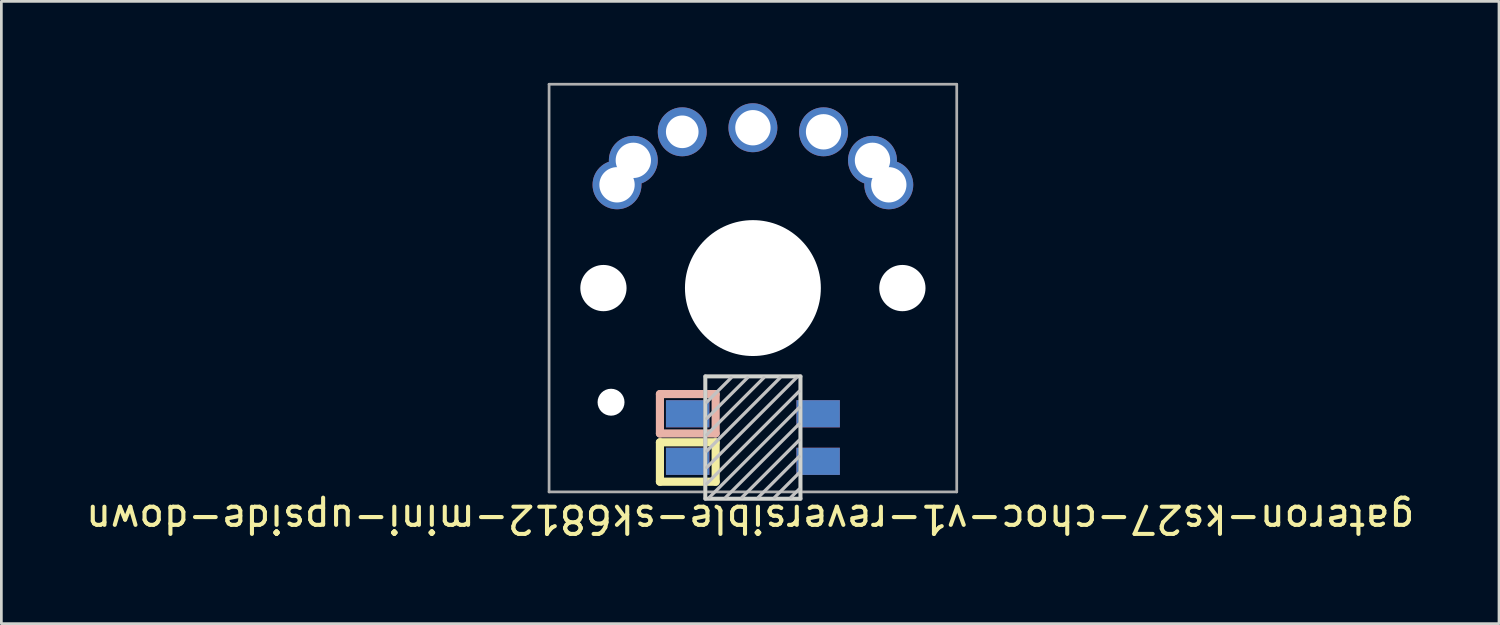
<source format=kicad_pcb>
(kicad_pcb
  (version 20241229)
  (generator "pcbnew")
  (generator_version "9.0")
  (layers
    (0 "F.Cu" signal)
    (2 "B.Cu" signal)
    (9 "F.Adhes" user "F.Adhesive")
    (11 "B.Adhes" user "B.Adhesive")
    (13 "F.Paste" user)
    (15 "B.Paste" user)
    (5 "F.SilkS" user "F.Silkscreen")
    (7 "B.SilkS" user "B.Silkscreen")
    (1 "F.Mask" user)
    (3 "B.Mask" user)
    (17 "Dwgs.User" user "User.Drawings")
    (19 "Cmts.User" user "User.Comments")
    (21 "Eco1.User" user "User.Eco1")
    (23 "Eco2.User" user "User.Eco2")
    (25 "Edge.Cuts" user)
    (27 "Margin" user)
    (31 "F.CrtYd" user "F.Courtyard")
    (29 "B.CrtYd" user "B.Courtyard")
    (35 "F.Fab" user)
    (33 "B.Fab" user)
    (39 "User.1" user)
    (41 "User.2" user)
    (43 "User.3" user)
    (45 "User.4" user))
  (footprint "gateron-ks27-choc-v1-reversible-sk6812-mini-upside-down"
    (layer "F.Cu")
    (at 24.654 7.55)
    (property "Reference" "gateron-ks27-choc-v1-reversible-sk6812-mini-upside-down" (at -0.1 8.5 180) (unlocked yes) (layer "F.SilkS") (effects (font (size 1 1) (thickness 0.15))))
    (attr through_hole)
    (fp_line (start -3.421 5.675) (end -1.371 5.675) (stroke (width 0.3) (type solid)) (layer "F.SilkS"))
    (fp_line (start -3.421 7.125) (end -3.421 5.675) (stroke (width 0.3) (type solid)) (layer "F.SilkS"))
    (fp_line (start -1.371 5.675) (end -1.371 7.125) (stroke (width 0.3) (type solid)) (layer "F.SilkS"))
    (fp_line (start -1.371 7.125) (end -3.421 7.125) (stroke (width 0.3) (type solid)) (layer "F.SilkS"))
    (fp_line (start -3.421 3.9) (end -1.371 3.9) (stroke (width 0.3) (type solid)) (layer "B.SilkS"))
    (fp_line (start -3.421 5.35) (end -3.421 3.9) (stroke (width 0.3) (type solid)) (layer "B.SilkS"))
    (fp_line (start -1.371 3.9) (end -1.371 5.35) (stroke (width 0.3) (type solid)) (layer "B.SilkS"))
    (fp_line (start -1.371 5.35) (end -3.421 5.35) (stroke (width 0.3) (type solid)) (layer "B.SilkS"))
    (fp_line (start -0.8 3.3) (end -1.7 4.2) (stroke (width 0.12) (type solid)) (layer "Dwgs.User"))
    (fp_line (start -0.2 3.3) (end -1.7 4.8) (stroke (width 0.12) (type solid)) (layer "Dwgs.User"))
    (fp_line (start 0.4 3.3) (end -1.7 5.4) (stroke (width 0.12) (type solid)) (layer "Dwgs.User"))
    (fp_line (start 1 3.3) (end -1.7 6) (stroke (width 0.12) (type solid)) (layer "Dwgs.User"))
    (fp_line (start 1.6 3.3) (end -1.7 6.6) (stroke (width 0.12) (type solid)) (layer "Dwgs.User"))
    (fp_line (start 1.7 3.8) (end -1.7 7.2) (stroke (width 0.12) (type solid)) (layer "Dwgs.User"))
    (fp_line (start 1.7 4.4) (end -1.6 7.7) (stroke (width 0.12) (type solid)) (layer "Dwgs.User"))
    (fp_line (start 1.7 5) (end -1 7.7) (stroke (width 0.12) (type solid)) (layer "Dwgs.User"))
    (fp_line (start 1.7 5.6) (end -0.4 7.7) (stroke (width 0.12) (type solid)) (layer "Dwgs.User"))
    (fp_line (start 1.7 6.2) (end 0.2 7.7) (stroke (width 0.12) (type solid)) (layer "Dwgs.User"))
    (fp_line (start 1.7 6.8) (end 0.8 7.7) (stroke (width 0.12) (type solid)) (layer "Dwgs.User"))
    (fp_line (start 1.7 7.4) (end 1.4 7.7) (stroke (width 0.12) (type solid)) (layer "Dwgs.User"))
    (fp_line (start -7 -7) (end -7 7) (stroke (width 0.12) (type solid)) (layer "Eco2.User"))
    (fp_line (start -7 7) (end 7 7) (stroke (width 0.12) (type solid)) (layer "Eco2.User"))
    (fp_line (start 7 -7) (end -7 -7) (stroke (width 0.12) (type solid)) (layer "Eco2.User"))
    (fp_line (start 7 7) (end 7 -7) (stroke (width 0.12) (type solid)) (layer "Eco2.User"))
    (fp_rect (start 1.75 7.75) (end -1.75 3.25) (stroke (width 0.12) (type solid)) (fill no) (layer "Edge.Cuts"))
    (fp_line (start -7.5 -7.5) (end -7.5 7.5) (stroke (width 0.1) (type solid)) (layer "F.Fab"))
    (fp_line (start -7.5 7.5) (end 7.5 7.5) (stroke (width 0.1) (type solid)) (layer "F.Fab"))
    (fp_line (start -1.75 3.25) (end -1.75 7.75) (stroke (width 0.15) (type solid)) (layer "F.Fab"))
    (fp_line (start -1.75 3.25) (end 1.75 3.25) (stroke (width 0.15) (type solid)) (layer "F.Fab"))
    (fp_line (start 1.75 3.25) (end 1.75 7.75) (stroke (width 0.15) (type solid)) (layer "F.Fab"))
    (fp_line (start 1.75 7.75) (end -1.75 7.75) (stroke (width 0.15) (type solid)) (layer "F.Fab"))
    (fp_line (start 7.5 -7.5) (end -7.5 -7.5) (stroke (width 0.1) (type solid)) (layer "F.Fab"))
    (fp_line (start 7.5 7.5) (end 7.5 -7.5) (stroke (width 0.1) (type solid)) (layer "F.Fab"))
    (pad "" np_thru_hole circle (at -5.5 0 180) (size 1.702 1.702) (drill 1.702) (layers "*.Cu" "*.Mask"))
    (pad "" np_thru_hole circle (at -5.22 4.2 180) (size 0.991 0.991) (drill 0.991) (layers "*.Cu" "*.Mask"))
    (pad "" np_thru_hole circle (at 0 0 180) (size 5 5) (drill 5) (layers "*.Cu" "*.Mask"))
    (pad "" np_thru_hole circle (at 5.5 0 180) (size 1.702 1.702) (drill 1.702) (layers "*.Cu" "*.Mask"))
    (pad "1" thru_hole circle (at -2.6 -5.75 180) (size 1.8 1.8) (drill 1.2) (layers "*.Cu" "*.Mask"))
    (pad "1" smd rect (at -2.4 4.625) (size 1.6 1) (layers "B.Cu" "B.Mask" "B.Paste"))
    (pad "1" smd rect (at -2.4 6.375) (size 1.6 1) (layers "F.Cu" "F.Mask" "F.Paste"))
    (pad "1" thru_hole circle (at 0 -5.9 180) (size 1.8 1.8) (drill 1.3) (layers "*.Cu" "*.Mask"))
    (pad "1" thru_hole circle (at 2.6 -5.75 180) (size 1.8 1.8) (drill 1.3) (layers "*.Cu" "*.Mask"))
    (pad "2" thru_hole circle (at -5 -3.8 180) (size 1.8 1.8) (drill 1.3) (layers "*.Cu" "*.Mask"))
    (pad "2" thru_hole circle (at -4.4 -4.7 180) (size 1.8 1.8) (drill 1.3) (layers "*.Cu" "*.Mask"))
    (pad "2" smd rect (at -2.4 4.625) (size 1.6 1) (layers "F.Cu" "F.Mask" "F.Paste"))
    (pad "2" smd rect (at -2.4 6.375) (size 1.6 1) (layers "B.Cu" "B.Mask" "B.Paste"))
    (pad "2" thru_hole circle (at 4.4 -4.7 180) (size 1.8 1.8) (drill 1.3) (layers "*.Cu" "*.Mask"))
    (pad "2" thru_hole circle (at 5 -3.8 180) (size 1.8 1.8) (drill 1.3) (layers "*.Cu" "*.Mask"))
    (pad "3" smd rect (at 2.4 4.625) (size 1.6 1) (layers "F.Cu" "F.Mask" "F.Paste"))
    (pad "3" smd rect (at 2.4 6.375) (size 1.6 1) (layers "B.Cu" "B.Mask" "B.Paste"))
    (pad "4" smd rect (at 2.4 4.625) (size 1.6 1) (layers "B.Cu" "B.Mask" "B.Paste"))
    (pad "4" smd rect (at 2.4 6.375) (size 1.6 1) (layers "F.Cu" "F.Mask" "F.Paste")))
  (gr_rect
    (start -3 -3)
    (end 52.107 19.898)
    (stroke (width 0.1) (type default))
    (fill no)
    (layer "Edge.Cuts")))
</source>
